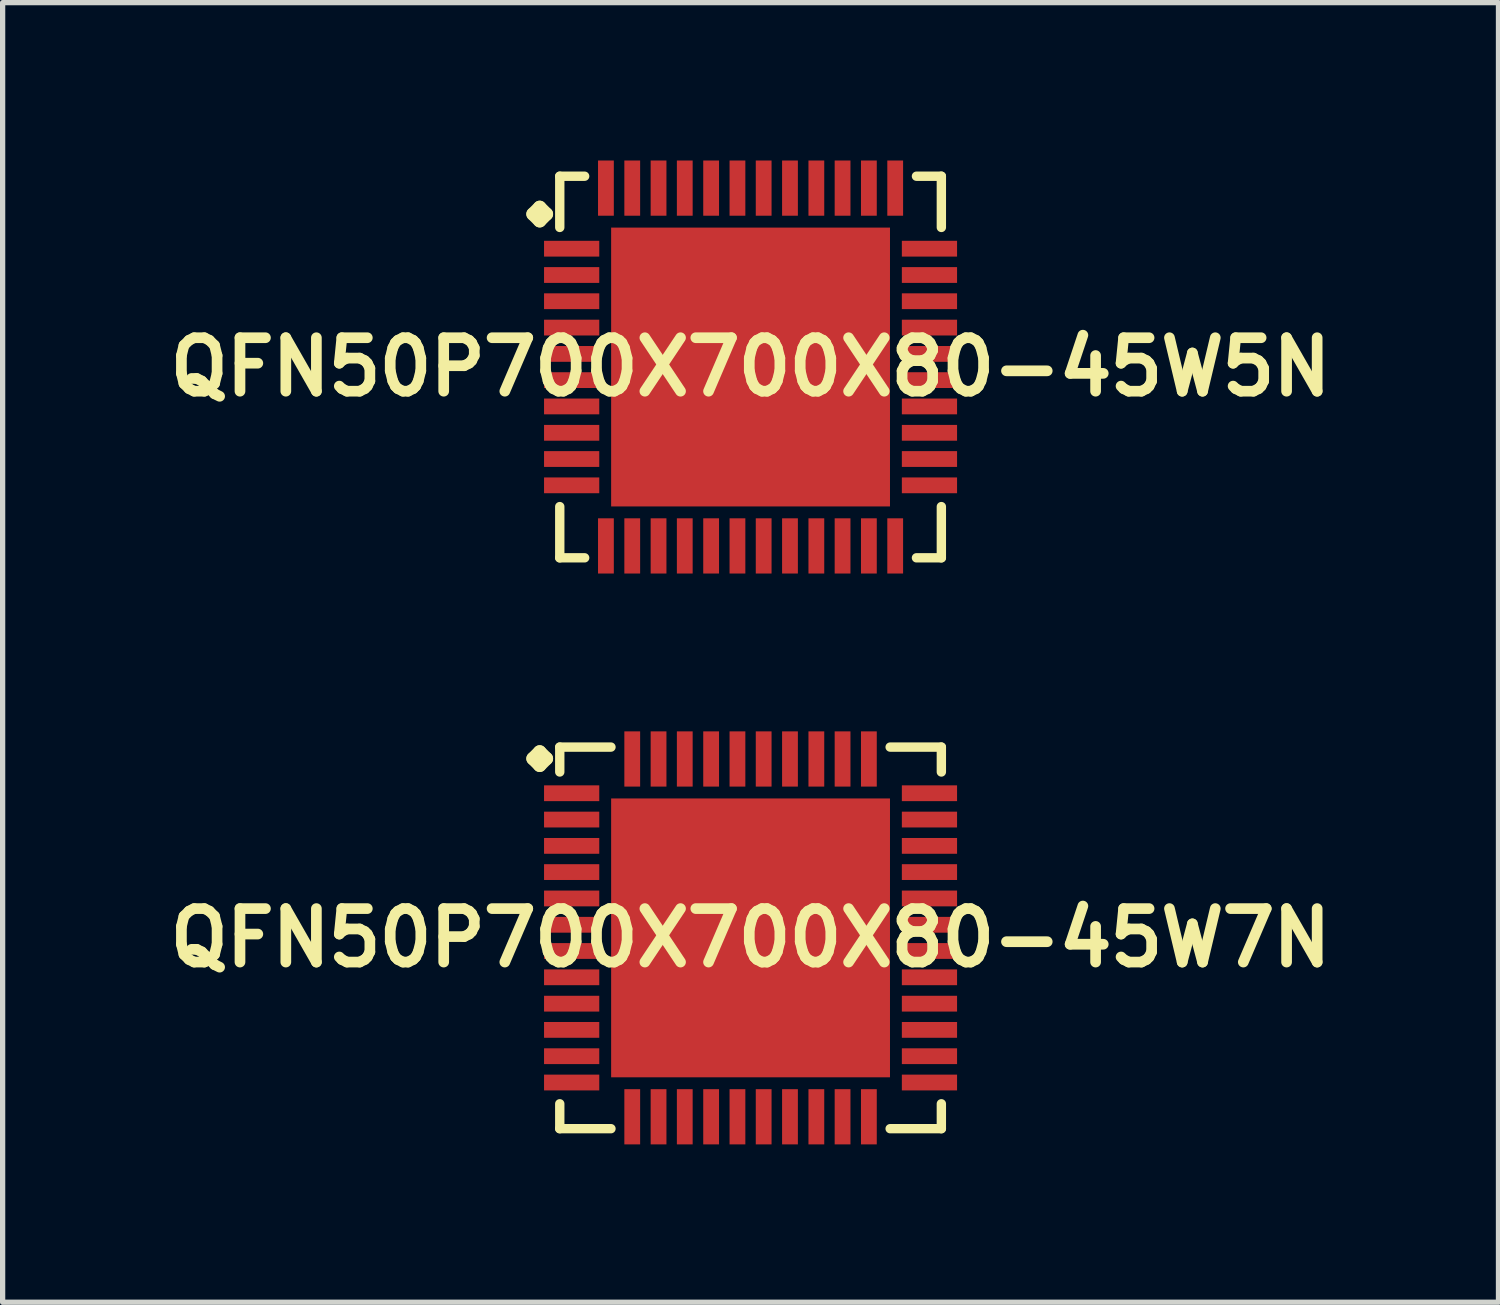
<source format=kicad_pcb>
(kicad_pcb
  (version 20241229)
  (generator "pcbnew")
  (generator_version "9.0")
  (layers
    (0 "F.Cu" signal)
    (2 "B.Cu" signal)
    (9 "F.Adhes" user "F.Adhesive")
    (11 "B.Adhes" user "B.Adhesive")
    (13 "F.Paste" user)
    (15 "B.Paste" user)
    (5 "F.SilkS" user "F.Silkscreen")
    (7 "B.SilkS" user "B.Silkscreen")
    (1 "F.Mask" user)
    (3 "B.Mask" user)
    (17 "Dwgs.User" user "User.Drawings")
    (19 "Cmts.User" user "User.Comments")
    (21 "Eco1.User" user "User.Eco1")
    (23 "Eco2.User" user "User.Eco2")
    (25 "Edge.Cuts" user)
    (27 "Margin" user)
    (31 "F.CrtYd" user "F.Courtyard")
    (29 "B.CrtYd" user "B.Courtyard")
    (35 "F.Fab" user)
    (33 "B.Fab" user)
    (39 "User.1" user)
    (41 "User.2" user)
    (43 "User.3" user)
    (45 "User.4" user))
  (footprint "QFN50P700X700X80-45W7N"
    (layer "F.Cu")
    (at 11.21 14.769)
    (property "Reference" "QFN50P700X700X80-45W7N" (at 0 0 0) (layer "F.SilkS") (effects (font (size 1.016 1.016) (thickness 0.203))))
    (attr smd)
    (fp_line (start -4.133 -3.406) (end -4.006 -3.533) (stroke (width 0.254) (type solid)) (layer "F.SilkS"))
    (fp_line (start -4.006 -3.533) (end -3.879 -3.406) (stroke (width 0.254) (type solid)) (layer "F.SilkS"))
    (fp_line (start -4.006 -3.279) (end -4.133 -3.406) (stroke (width 0.254) (type solid)) (layer "F.SilkS"))
    (fp_line (start -3.879 -3.406) (end -4.006 -3.279) (stroke (width 0.254) (type solid)) (layer "F.SilkS"))
    (fp_line (start -3.625 -3.625) (end -2.652 -3.625) (stroke (width 0.178) (type solid)) (layer "F.SilkS"))
    (fp_line (start -3.625 -3.152) (end -3.625 -3.625) (stroke (width 0.178) (type solid)) (layer "F.SilkS"))
    (fp_line (start -3.625 3.152) (end -3.625 3.625) (stroke (width 0.178) (type solid)) (layer "F.SilkS"))
    (fp_line (start -3.625 3.625) (end -2.652 3.625) (stroke (width 0.178) (type solid)) (layer "F.SilkS"))
    (fp_line (start 2.652 -3.625) (end 3.625 -3.625) (stroke (width 0.178) (type solid)) (layer "F.SilkS"))
    (fp_line (start 2.652 3.625) (end 3.625 3.625) (stroke (width 0.178) (type solid)) (layer "F.SilkS"))
    (fp_line (start 3.625 -3.625) (end 3.625 -3.152) (stroke (width 0.178) (type solid)) (layer "F.SilkS"))
    (fp_line (start 3.625 3.625) (end 3.625 3.152) (stroke (width 0.178) (type solid)) (layer "F.SilkS"))
    (pad "1" smd rect (at -3.399 -2.748) (size 1.049 0.3) (layers "F.Cu" "F.Mask" "F.Paste"))
    (pad "2" smd rect (at -3.399 -2.248) (size 1.049 0.3) (layers "F.Cu" "F.Mask" "F.Paste"))
    (pad "3" smd rect (at -3.399 -1.748) (size 1.049 0.3) (layers "F.Cu" "F.Mask" "F.Paste"))
    (pad "4" smd rect (at -3.399 -1.25) (size 1.049 0.3) (layers "F.Cu" "F.Mask" "F.Paste"))
    (pad "5" smd rect (at -3.399 -0.749) (size 1.049 0.3) (layers "F.Cu" "F.Mask" "F.Paste"))
    (pad "6" smd rect (at -3.399 -0.249) (size 1.049 0.3) (layers "F.Cu" "F.Mask" "F.Paste"))
    (pad "7" smd rect (at -3.399 0.249) (size 1.049 0.3) (layers "F.Cu" "F.Mask" "F.Paste"))
    (pad "8" smd rect (at -3.399 0.749) (size 1.049 0.3) (layers "F.Cu" "F.Mask" "F.Paste"))
    (pad "9" smd rect (at -3.399 1.25) (size 1.049 0.3) (layers "F.Cu" "F.Mask" "F.Paste"))
    (pad "10" smd rect (at -3.399 1.748) (size 1.049 0.3) (layers "F.Cu" "F.Mask" "F.Paste"))
    (pad "11" smd rect (at -3.399 2.248) (size 1.049 0.3) (layers "F.Cu" "F.Mask" "F.Paste"))
    (pad "12" smd rect (at -3.399 2.748) (size 1.049 0.3) (layers "F.Cu" "F.Mask" "F.Paste"))
    (pad "13" smd rect (at -2.248 3.399) (size 0.3 1.049) (layers "F.Cu" "F.Mask" "F.Paste"))
    (pad "14" smd rect (at -1.748 3.399) (size 0.3 1.049) (layers "F.Cu" "F.Mask" "F.Paste"))
    (pad "15" smd rect (at -1.25 3.399) (size 0.3 1.049) (layers "F.Cu" "F.Mask" "F.Paste"))
    (pad "16" smd rect (at -0.749 3.399) (size 0.3 1.049) (layers "F.Cu" "F.Mask" "F.Paste"))
    (pad "17" smd rect (at -0.249 3.399) (size 0.3 1.049) (layers "F.Cu" "F.Mask" "F.Paste"))
    (pad "18" smd rect (at 0.249 3.399) (size 0.3 1.049) (layers "F.Cu" "F.Mask" "F.Paste"))
    (pad "19" smd rect (at 0.749 3.399) (size 0.3 1.049) (layers "F.Cu" "F.Mask" "F.Paste"))
    (pad "20" smd rect (at 1.25 3.399) (size 0.3 1.049) (layers "F.Cu" "F.Mask" "F.Paste"))
    (pad "21" smd rect (at 1.748 3.399) (size 0.3 1.049) (layers "F.Cu" "F.Mask" "F.Paste"))
    (pad "22" smd rect (at 2.248 3.399) (size 0.3 1.049) (layers "F.Cu" "F.Mask" "F.Paste"))
    (pad "23" smd rect (at 3.399 2.748) (size 1.049 0.3) (layers "F.Cu" "F.Mask" "F.Paste"))
    (pad "24" smd rect (at 3.399 2.248) (size 1.049 0.3) (layers "F.Cu" "F.Mask" "F.Paste"))
    (pad "25" smd rect (at 3.399 1.748) (size 1.049 0.3) (layers "F.Cu" "F.Mask" "F.Paste"))
    (pad "26" smd rect (at 3.399 1.25) (size 1.049 0.3) (layers "F.Cu" "F.Mask" "F.Paste"))
    (pad "27" smd rect (at 3.399 0.749) (size 1.049 0.3) (layers "F.Cu" "F.Mask" "F.Paste"))
    (pad "28" smd rect (at 3.399 0.249) (size 1.049 0.3) (layers "F.Cu" "F.Mask" "F.Paste"))
    (pad "29" smd rect (at 3.399 -0.249) (size 1.049 0.3) (layers "F.Cu" "F.Mask" "F.Paste"))
    (pad "30" smd rect (at 3.399 -0.749) (size 1.049 0.3) (layers "F.Cu" "F.Mask" "F.Paste"))
    (pad "31" smd rect (at 3.399 -1.25) (size 1.049 0.3) (layers "F.Cu" "F.Mask" "F.Paste"))
    (pad "32" smd rect (at 3.399 -1.748) (size 1.049 0.3) (layers "F.Cu" "F.Mask" "F.Paste"))
    (pad "33" smd rect (at 3.399 -2.248) (size 1.049 0.3) (layers "F.Cu" "F.Mask" "F.Paste"))
    (pad "34" smd rect (at 3.399 -2.748) (size 1.049 0.3) (layers "F.Cu" "F.Mask" "F.Paste"))
    (pad "35" smd rect (at 2.248 -3.399) (size 0.3 1.049) (layers "F.Cu" "F.Mask" "F.Paste"))
    (pad "36" smd rect (at 1.748 -3.399) (size 0.3 1.049) (layers "F.Cu" "F.Mask" "F.Paste"))
    (pad "37" smd rect (at 1.25 -3.399) (size 0.3 1.049) (layers "F.Cu" "F.Mask" "F.Paste"))
    (pad "38" smd rect (at 0.749 -3.399) (size 0.3 1.049) (layers "F.Cu" "F.Mask" "F.Paste"))
    (pad "39" smd rect (at 0.249 -3.399) (size 0.3 1.049) (layers "F.Cu" "F.Mask" "F.Paste"))
    (pad "40" smd rect (at -0.249 -3.399) (size 0.3 1.049) (layers "F.Cu" "F.Mask" "F.Paste"))
    (pad "41" smd rect (at -0.749 -3.399) (size 0.3 1.049) (layers "F.Cu" "F.Mask" "F.Paste"))
    (pad "42" smd rect (at -1.25 -3.399) (size 0.3 1.049) (layers "F.Cu" "F.Mask" "F.Paste"))
    (pad "43" smd rect (at -1.748 -3.399) (size 0.3 1.049) (layers "F.Cu" "F.Mask" "F.Paste"))
    (pad "44" smd rect (at -2.248 -3.399) (size 0.3 1.049) (layers "F.Cu" "F.Mask" "F.Paste"))
    (pad "45" smd rect (at 0 0) (size 5.298 5.298) (layers "F.Cu" "F.Mask" "F.Paste")))
  (footprint "QFN50P700X700X80-45W5N"
    (layer "F.Cu")
    (at 11.21 3.923)
    (property "Reference" "QFN50P700X700X80-45W5N" (at 0 0 0) (layer "F.SilkS") (effects (font (size 1.016 1.016) (thickness 0.203))))
    (attr smd)
    (fp_line (start -4.133 -2.906) (end -4.006 -3.033) (stroke (width 0.254) (type solid)) (layer "F.SilkS"))
    (fp_line (start -4.006 -3.033) (end -3.879 -2.906) (stroke (width 0.254) (type solid)) (layer "F.SilkS"))
    (fp_line (start -4.006 -2.779) (end -4.133 -2.906) (stroke (width 0.254) (type solid)) (layer "F.SilkS"))
    (fp_line (start -3.879 -2.906) (end -4.006 -2.779) (stroke (width 0.254) (type solid)) (layer "F.SilkS"))
    (fp_line (start -3.625 -3.625) (end -3.152 -3.625) (stroke (width 0.178) (type solid)) (layer "F.SilkS"))
    (fp_line (start -3.625 -2.652) (end -3.625 -3.625) (stroke (width 0.178) (type solid)) (layer "F.SilkS"))
    (fp_line (start -3.625 2.652) (end -3.625 3.625) (stroke (width 0.178) (type solid)) (layer "F.SilkS"))
    (fp_line (start -3.625 3.625) (end -3.152 3.625) (stroke (width 0.178) (type solid)) (layer "F.SilkS"))
    (fp_line (start 3.152 -3.625) (end 3.625 -3.625) (stroke (width 0.178) (type solid)) (layer "F.SilkS"))
    (fp_line (start 3.152 3.625) (end 3.625 3.625) (stroke (width 0.178) (type solid)) (layer "F.SilkS"))
    (fp_line (start 3.625 -3.625) (end 3.625 -2.652) (stroke (width 0.178) (type solid)) (layer "F.SilkS"))
    (fp_line (start 3.625 3.625) (end 3.625 2.652) (stroke (width 0.178) (type solid)) (layer "F.SilkS"))
    (pad "1" smd rect (at -3.399 -2.248) (size 1.049 0.3) (layers "F.Cu" "F.Mask" "F.Paste"))
    (pad "2" smd rect (at -3.399 -1.748) (size 1.049 0.3) (layers "F.Cu" "F.Mask" "F.Paste"))
    (pad "3" smd rect (at -3.399 -1.25) (size 1.049 0.3) (layers "F.Cu" "F.Mask" "F.Paste"))
    (pad "4" smd rect (at -3.399 -0.749) (size 1.049 0.3) (layers "F.Cu" "F.Mask" "F.Paste"))
    (pad "5" smd rect (at -3.399 -0.249) (size 1.049 0.3) (layers "F.Cu" "F.Mask" "F.Paste"))
    (pad "6" smd rect (at -3.399 0.249) (size 1.049 0.3) (layers "F.Cu" "F.Mask" "F.Paste"))
    (pad "7" smd rect (at -3.399 0.749) (size 1.049 0.3) (layers "F.Cu" "F.Mask" "F.Paste"))
    (pad "8" smd rect (at -3.399 1.25) (size 1.049 0.3) (layers "F.Cu" "F.Mask" "F.Paste"))
    (pad "9" smd rect (at -3.399 1.748) (size 1.049 0.3) (layers "F.Cu" "F.Mask" "F.Paste"))
    (pad "10" smd rect (at -3.399 2.248) (size 1.049 0.3) (layers "F.Cu" "F.Mask" "F.Paste"))
    (pad "11" smd rect (at -2.748 3.399) (size 0.3 1.049) (layers "F.Cu" "F.Mask" "F.Paste"))
    (pad "12" smd rect (at -2.248 3.399) (size 0.3 1.049) (layers "F.Cu" "F.Mask" "F.Paste"))
    (pad "13" smd rect (at -1.748 3.399) (size 0.3 1.049) (layers "F.Cu" "F.Mask" "F.Paste"))
    (pad "14" smd rect (at -1.25 3.399) (size 0.3 1.049) (layers "F.Cu" "F.Mask" "F.Paste"))
    (pad "15" smd rect (at -0.749 3.399) (size 0.3 1.049) (layers "F.Cu" "F.Mask" "F.Paste"))
    (pad "16" smd rect (at -0.249 3.399) (size 0.3 1.049) (layers "F.Cu" "F.Mask" "F.Paste"))
    (pad "17" smd rect (at 0.249 3.399) (size 0.3 1.049) (layers "F.Cu" "F.Mask" "F.Paste"))
    (pad "18" smd rect (at 0.749 3.399) (size 0.3 1.049) (layers "F.Cu" "F.Mask" "F.Paste"))
    (pad "19" smd rect (at 1.25 3.399) (size 0.3 1.049) (layers "F.Cu" "F.Mask" "F.Paste"))
    (pad "20" smd rect (at 1.748 3.399) (size 0.3 1.049) (layers "F.Cu" "F.Mask" "F.Paste"))
    (pad "21" smd rect (at 2.248 3.399) (size 0.3 1.049) (layers "F.Cu" "F.Mask" "F.Paste"))
    (pad "22" smd rect (at 2.748 3.399) (size 0.3 1.049) (layers "F.Cu" "F.Mask" "F.Paste"))
    (pad "23" smd rect (at 3.399 2.248) (size 1.049 0.3) (layers "F.Cu" "F.Mask" "F.Paste"))
    (pad "24" smd rect (at 3.399 1.748) (size 1.049 0.3) (layers "F.Cu" "F.Mask" "F.Paste"))
    (pad "25" smd rect (at 3.399 1.25) (size 1.049 0.3) (layers "F.Cu" "F.Mask" "F.Paste"))
    (pad "26" smd rect (at 3.399 0.749) (size 1.049 0.3) (layers "F.Cu" "F.Mask" "F.Paste"))
    (pad "27" smd rect (at 3.399 0.249) (size 1.049 0.3) (layers "F.Cu" "F.Mask" "F.Paste"))
    (pad "28" smd rect (at 3.399 -0.249) (size 1.049 0.3) (layers "F.Cu" "F.Mask" "F.Paste"))
    (pad "29" smd rect (at 3.399 -0.749) (size 1.049 0.3) (layers "F.Cu" "F.Mask" "F.Paste"))
    (pad "30" smd rect (at 3.399 -1.25) (size 1.049 0.3) (layers "F.Cu" "F.Mask" "F.Paste"))
    (pad "31" smd rect (at 3.399 -1.748) (size 1.049 0.3) (layers "F.Cu" "F.Mask" "F.Paste"))
    (pad "32" smd rect (at 3.399 -2.248) (size 1.049 0.3) (layers "F.Cu" "F.Mask" "F.Paste"))
    (pad "33" smd rect (at 2.748 -3.399) (size 0.3 1.049) (layers "F.Cu" "F.Mask" "F.Paste"))
    (pad "34" smd rect (at 2.248 -3.399) (size 0.3 1.049) (layers "F.Cu" "F.Mask" "F.Paste"))
    (pad "35" smd rect (at 1.748 -3.399) (size 0.3 1.049) (layers "F.Cu" "F.Mask" "F.Paste"))
    (pad "36" smd rect (at 1.25 -3.399) (size 0.3 1.049) (layers "F.Cu" "F.Mask" "F.Paste"))
    (pad "37" smd rect (at 0.749 -3.399) (size 0.3 1.049) (layers "F.Cu" "F.Mask" "F.Paste"))
    (pad "38" smd rect (at 0.249 -3.399) (size 0.3 1.049) (layers "F.Cu" "F.Mask" "F.Paste"))
    (pad "39" smd rect (at -0.249 -3.399) (size 0.3 1.049) (layers "F.Cu" "F.Mask" "F.Paste"))
    (pad "40" smd rect (at -0.749 -3.399) (size 0.3 1.049) (layers "F.Cu" "F.Mask" "F.Paste"))
    (pad "41" smd rect (at -1.25 -3.399) (size 0.3 1.049) (layers "F.Cu" "F.Mask" "F.Paste"))
    (pad "42" smd rect (at -1.748 -3.399) (size 0.3 1.049) (layers "F.Cu" "F.Mask" "F.Paste"))
    (pad "43" smd rect (at -2.248 -3.399) (size 0.3 1.049) (layers "F.Cu" "F.Mask" "F.Paste"))
    (pad "44" smd rect (at -2.748 -3.399) (size 0.3 1.049) (layers "F.Cu" "F.Mask" "F.Paste"))
    (pad "45" smd rect (at 0 0) (size 5.298 5.298) (layers "F.Cu" "F.Mask" "F.Paste")))
  (gr_rect
    (start -3 -3)
    (end 25.42 21.692)
    (stroke (width 0.1) (type default))
    (fill no)
    (layer "Edge.Cuts")))
</source>
